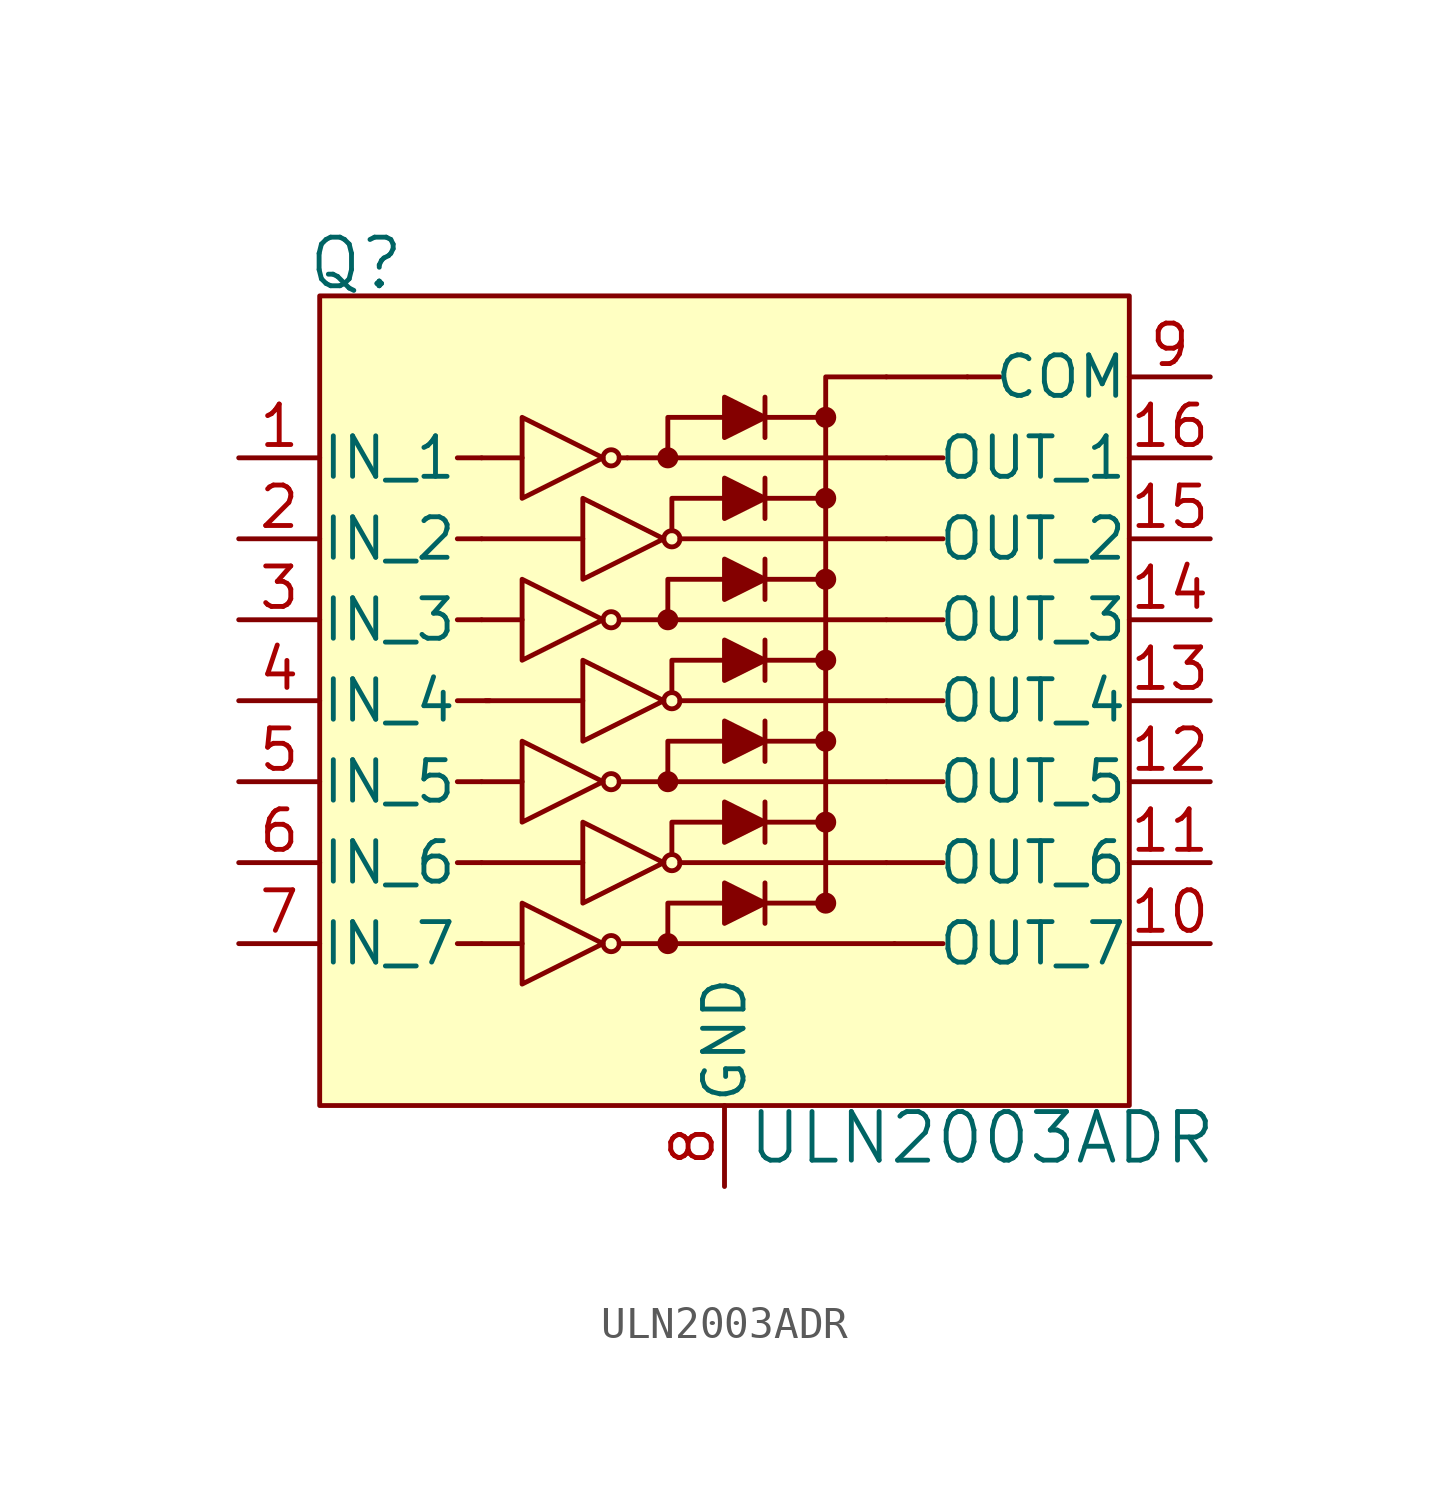
<source format=kicad_sym>
(kicad_symbol_lib
  (version 20211014)
  (generator kicad_symbol_editor)
  (symbol "ULN2003ADR"
    (pin_names
      (offset 0.025))
    (property "Reference" "Q"
      (at -11.557 13.716 0)
      (effects (font (size 1.524 1.524))))
    (property "Value" "ULN2003ADR"
      (at 0.686 -13.716 0)
      (effects (font (size 1.524 1.524)) (justify left)))
    (symbol "ULN2003ADR_0_1"
      (polyline (pts (xy -7.62 -7.62) (xy -8.382 -7.62)) (stroke (width 0) (type default) (color 0 0 0 0)) (fill (type none)))
      (polyline (pts (xy -7.62 -5.08) (xy -8.382 -5.08)) (stroke (width 0) (type default) (color 0 0 0 0)) (fill (type none)))
      (polyline (pts (xy -7.62 -2.54) (xy -8.382 -2.54)) (stroke (width 0) (type default) (color 0 0 0 0)) (fill (type none)))
      (polyline (pts (xy -7.62 2.54) (xy -8.382 2.54)) (stroke (width 0) (type default) (color 0 0 0 0)) (fill (type none)))
      (polyline (pts (xy -7.62 5.08) (xy -8.382 5.08)) (stroke (width 0) (type default) (color 0 0 0 0)) (fill (type none)))
      (polyline (pts (xy -7.62 7.62) (xy -8.382 7.62)) (stroke (width 0) (type default) (color 0 0 0 0)) (fill (type none)))
      (polyline (pts (xy -7.366 0) (xy -8.382 0)) (stroke (width 0) (type default) (color 0 0 0 0)) (fill (type none)))
      (polyline (pts (xy 5.08 -5.08) (xy 6.858 -5.08)) (stroke (width 0) (type default) (color 0 0 0 0)) (fill (type none)))
      (polyline (pts (xy 5.08 -2.54) (xy 6.858 -2.54)) (stroke (width 0) (type default) (color 0 0 0 0)) (fill (type none)))
      (polyline (pts (xy 5.08 0) (xy 6.858 0)) (stroke (width 0) (type default) (color 0 0 0 0)) (fill (type none)))
      (polyline (pts (xy 5.08 2.54) (xy 6.858 2.54)) (stroke (width 0) (type default) (color 0 0 0 0)) (fill (type none)))
      (polyline (pts (xy 5.08 5.08) (xy 6.858 5.08)) (stroke (width 0) (type default) (color 0 0 0 0)) (fill (type none)))
      (polyline (pts (xy 5.08 7.62) (xy 6.858 7.62)) (stroke (width 0) (type default) (color 0 0 0 0)) (fill (type none)))
      (polyline (pts (xy 5.08 10.16) (xy 7.62 10.16)) (stroke (width 0) (type default) (color 0 0 0 0)) (fill (type none)))
      (polyline (pts (xy 5.334 -7.62) (xy 6.858 -7.62)) (stroke (width 0) (type default) (color 0 0 0 0)) (fill (type none)))
      (polyline (pts (xy 7.62 10.16) (xy 8.636 10.16)) (stroke (width 0) (type default) (color 0 0 0 0)) (fill (type none))))
    (symbol "ULN2003ADR_1_1"
      (rectangle (start -12.7 12.7) (end 12.7 -12.7) (stroke (width 0) (type default) (color 0 0 0 0)) (fill (type background)))
      (circle (center -3.556 -7.62) (radius 0.254) (stroke (width 0) (type default) (color 0 0 0 0)) (fill (type none)))
      (circle (center -3.556 -2.54) (radius 0.254) (stroke (width 0) (type default) (color 0 0 0 0)) (fill (type none)))
      (circle (center -3.556 2.54) (radius 0.254) (stroke (width 0) (type default) (color 0 0 0 0)) (fill (type none)))
      (circle (center -3.556 7.62) (radius 0.254) (stroke (width 0) (type default) (color 0 0 0 0)) (fill (type none)))
      (circle (center -1.778 -7.62) (radius 0.254) (stroke (width 0) (type default) (color 0 0 0 0)) (fill (type outline)))
      (circle (center -1.778 -2.54) (radius 0.254) (stroke (width 0) (type default) (color 0 0 0 0)) (fill (type outline)))
      (circle (center -1.778 2.54) (radius 0.254) (stroke (width 0) (type default) (color 0 0 0 0)) (fill (type outline)))
      (circle (center -1.778 7.62) (radius 0.254) (stroke (width 0) (type default) (color 0 0 0 0)) (fill (type outline)))
      (circle (center -1.651 -5.08) (radius 0.254) (stroke (width 0) (type default) (color 0 0 0 0)) (fill (type none)))
      (circle (center -1.651 0) (radius 0.254) (stroke (width 0) (type default) (color 0 0 0 0)) (fill (type none)))
      (circle (center -1.651 5.08) (radius 0.254) (stroke (width 0) (type default) (color 0 0 0 0)) (fill (type none)))
      (polyline (pts (xy -7.62 -5.08) (xy -4.445 -5.08)) (stroke (width 0) (type default) (color 0 0 0 0)) (fill (type none)))
      (polyline (pts (xy -7.62 5.08) (xy -4.445 5.08)) (stroke (width 0) (type default) (color 0 0 0 0)) (fill (type none)))
      (polyline (pts (xy -7.493 0) (xy -4.445 0)) (stroke (width 0) (type default) (color 0 0 0 0)) (fill (type none)))
      (polyline (pts (xy -6.35 -7.62) (xy -7.62 -7.62)) (stroke (width 0) (type default) (color 0 0 0 0)) (fill (type none)))
      (polyline (pts (xy -6.35 -2.54) (xy -7.62 -2.54)) (stroke (width 0) (type default) (color 0 0 0 0)) (fill (type none)))
      (polyline (pts (xy -6.35 2.54) (xy -7.62 2.54)) (stroke (width 0) (type default) (color 0 0 0 0)) (fill (type none)))
      (polyline (pts (xy -6.35 7.62) (xy -7.62 7.62)) (stroke (width 0) (type default) (color 0 0 0 0)) (fill (type none)))
      (polyline (pts (xy -3.302 -7.62) (xy 5.334 -7.62)) (stroke (width 0) (type default) (color 0 0 0 0)) (fill (type none)))
      (polyline (pts (xy -3.302 -2.54) (xy 5.08 -2.54)) (stroke (width 0) (type default) (color 0 0 0 0)) (fill (type none)))
      (polyline (pts (xy -3.302 2.54) (xy 5.08 2.54)) (stroke (width 0) (type default) (color 0 0 0 0)) (fill (type none)))
      (polyline (pts (xy -3.302 7.62) (xy -3.048 7.62)) (stroke (width 0) (type default) (color 0 0 0 0)) (fill (type none)))
      (polyline (pts (xy -3.048 7.62) (xy 5.08 7.62)) (stroke (width 0) (type default) (color 0 0 0 0)) (fill (type none)))
      (polyline (pts (xy -1.397 -5.08) (xy 5.08 -5.08)) (stroke (width 0) (type default) (color 0 0 0 0)) (fill (type none)))
      (polyline (pts (xy -1.397 0) (xy 5.08 0)) (stroke (width 0) (type default) (color 0 0 0 0)) (fill (type none)))
      (polyline (pts (xy -1.397 5.08) (xy 5.08 5.08)) (stroke (width 0) (type default) (color 0 0 0 0)) (fill (type none)))
      (polyline (pts (xy 1.27 -5.715) (xy 1.27 -6.985)) (stroke (width 0) (type default) (color 0 0 0 0)) (fill (type none)))
      (polyline (pts (xy 1.27 -3.81) (xy 3.175 -3.81)) (stroke (width 0) (type default) (color 0 0 0 0)) (fill (type none)))
      (polyline (pts (xy 1.27 -3.175) (xy 1.27 -4.445)) (stroke (width 0) (type default) (color 0 0 0 0)) (fill (type none)))
      (polyline (pts (xy 1.27 -1.27) (xy 3.175 -1.27)) (stroke (width 0) (type default) (color 0 0 0 0)) (fill (type none)))
      (polyline (pts (xy 1.27 -0.635) (xy 1.27 -1.905)) (stroke (width 0) (type default) (color 0 0 0 0)) (fill (type none)))
      (polyline (pts (xy 1.27 1.27) (xy 3.175 1.27)) (stroke (width 0) (type default) (color 0 0 0 0)) (fill (type none)))
      (polyline (pts (xy 1.27 1.905) (xy 1.27 0.635)) (stroke (width 0) (type default) (color 0 0 0 0)) (fill (type none)))
      (polyline (pts (xy 1.27 3.81) (xy 3.175 3.81)) (stroke (width 0) (type default) (color 0 0 0 0)) (fill (type none)))
      (polyline (pts (xy 1.27 4.445) (xy 1.27 3.175)) (stroke (width 0) (type default) (color 0 0 0 0)) (fill (type none)))
      (polyline (pts (xy 1.27 6.35) (xy 3.175 6.35)) (stroke (width 0) (type default) (color 0 0 0 0)) (fill (type none)))
      (polyline (pts (xy 1.27 6.985) (xy 1.27 5.715)) (stroke (width 0) (type default) (color 0 0 0 0)) (fill (type none)))
      (polyline (pts (xy 1.27 8.89) (xy 3.175 8.89)) (stroke (width 0) (type default) (color 0 0 0 0)) (fill (type none)))
      (polyline (pts (xy 1.27 9.525) (xy 1.27 8.255)) (stroke (width 0) (type default) (color 0 0 0 0)) (fill (type none)))
      (polyline (pts (xy 3.175 -6.35) (xy 1.27 -6.35)) (stroke (width 0) (type default) (color 0 0 0 0)) (fill (type none)))
      (polyline (pts (xy -1.778 -7.62) (xy -1.778 -6.35) (xy 0 -6.35)) (stroke (width 0) (type default) (color 0 0 0 0)) (fill (type none)))
      (polyline (pts (xy -1.778 -2.54) (xy -1.778 -1.27) (xy 0 -1.27)) (stroke (width 0) (type default) (color 0 0 0 0)) (fill (type none)))
      (polyline (pts (xy -1.778 2.54) (xy -1.778 3.81) (xy 0 3.81)) (stroke (width 0) (type default) (color 0 0 0 0)) (fill (type none)))
      (polyline (pts (xy -1.651 -4.826) (xy -1.651 -3.81) (xy 0 -3.81)) (stroke (width 0) (type default) (color 0 0 0 0)) (fill (type none)))
      (polyline (pts (xy -1.651 0.254) (xy -1.651 1.27) (xy 0.127 1.27)) (stroke (width 0) (type default) (color 0 0 0 0)) (fill (type none)))
      (polyline (pts (xy -1.651 5.334) (xy -1.651 6.35) (xy 0.127 6.35)) (stroke (width 0) (type default) (color 0 0 0 0)) (fill (type none)))
      (polyline (pts (xy 0 8.89) (xy -1.778 8.89) (xy -1.778 7.62)) (stroke (width 0) (type default) (color 0 0 0 0)) (fill (type none)))
      (polyline (pts (xy 3.175 -6.35) (xy 3.175 10.16) (xy 5.08 10.16)) (stroke (width 0) (type default) (color 0 0 0 0)) (fill (type none)))
      (polyline (pts (xy -6.35 -6.35) (xy -6.35 -8.89) (xy -3.81 -7.62) (xy -6.35 -6.35)) (stroke (width 0) (type default) (color 0 0 0 0)) (fill (type none)))
      (polyline (pts (xy -6.35 -1.27) (xy -6.35 -3.81) (xy -3.81 -2.54) (xy -6.35 -1.27)) (stroke (width 0) (type default) (color 0 0 0 0)) (fill (type none)))
      (polyline (pts (xy -6.35 3.81) (xy -6.35 1.27) (xy -3.81 2.54) (xy -6.35 3.81)) (stroke (width 0) (type default) (color 0 0 0 0)) (fill (type none)))
      (polyline (pts (xy -6.35 8.89) (xy -6.35 6.35) (xy -3.81 7.62) (xy -6.35 8.89)) (stroke (width 0) (type default) (color 0 0 0 0)) (fill (type none)))
      (polyline (pts (xy -4.445 -3.81) (xy -4.445 -6.35) (xy -1.905 -5.08) (xy -4.445 -3.81)) (stroke (width 0) (type default) (color 0 0 0 0)) (fill (type none)))
      (polyline (pts (xy -4.445 1.27) (xy -4.445 -1.27) (xy -1.905 0) (xy -4.445 1.27)) (stroke (width 0) (type default) (color 0 0 0 0)) (fill (type none)))
      (polyline (pts (xy -4.445 6.35) (xy -4.445 3.81) (xy -1.905 5.08) (xy -4.445 6.35)) (stroke (width 0) (type default) (color 0 0 0 0)) (fill (type none)))
      (polyline (pts (xy 0 -5.715) (xy 0 -6.985) (xy 1.27 -6.35) (xy 0 -5.715)) (stroke (width 0) (type default) (color 0 0 0 0)) (fill (type outline)))
      (polyline (pts (xy 0 -3.175) (xy 0 -4.445) (xy 1.27 -3.81) (xy 0 -3.175)) (stroke (width 0) (type default) (color 0 0 0 0)) (fill (type outline)))
      (polyline (pts (xy 0 -0.635) (xy 0 -1.905) (xy 1.27 -1.27) (xy 0 -0.635)) (stroke (width 0) (type default) (color 0 0 0 0)) (fill (type outline)))
      (polyline (pts (xy 0 1.905) (xy 0 0.635) (xy 1.27 1.27) (xy 0 1.905)) (stroke (width 0) (type default) (color 0 0 0 0)) (fill (type outline)))
      (polyline (pts (xy 0 4.445) (xy 0 3.175) (xy 1.27 3.81) (xy 0 4.445)) (stroke (width 0) (type default) (color 0 0 0 0)) (fill (type outline)))
      (polyline (pts (xy 0 6.985) (xy 0 5.715) (xy 1.27 6.35) (xy 0 6.985)) (stroke (width 0) (type default) (color 0 0 0 0)) (fill (type outline)))
      (polyline (pts (xy 0 9.525) (xy 0 8.255) (xy 1.27 8.89) (xy 0 9.525)) (stroke (width 0) (type default) (color 0 0 0 0)) (fill (type outline)))
      (circle (center 3.175 -6.35) (radius 0.254) (stroke (width 0) (type default) (color 0 0 0 0)) (fill (type outline)))
      (circle (center 3.175 -3.81) (radius 0.254) (stroke (width 0) (type default) (color 0 0 0 0)) (fill (type outline)))
      (circle (center 3.175 -1.27) (radius 0.254) (stroke (width 0) (type default) (color 0 0 0 0)) (fill (type outline)))
      (circle (center 3.175 1.27) (radius 0.254) (stroke (width 0) (type default) (color 0 0 0 0)) (fill (type outline)))
      (circle (center 3.175 3.81) (radius 0.254) (stroke (width 0) (type default) (color 0 0 0 0)) (fill (type outline)))
      (circle (center 3.175 6.35) (radius 0.254) (stroke (width 0) (type default) (color 0 0 0 0)) (fill (type outline)))
      (circle (center 3.175 8.89) (radius 0.254) (stroke (width 0) (type default) (color 0 0 0 0)) (fill (type outline)))
      (pin input line (at -15.24 7.62 0) (length 2.54) (name "IN_1" (effects (font (size 1.27 1.27)))) (number "1" (effects (font (size 1.27 1.27)))))
      (pin output line (at 15.24 -7.62 180) (length 2.54) (name "OUT_7" (effects (font (size 1.27 1.27)))) (number "10" (effects (font (size 1.27 1.27)))))
      (pin output line (at 15.24 -5.08 180) (length 2.54) (name "OUT_6" (effects (font (size 1.27 1.27)))) (number "11" (effects (font (size 1.27 1.27)))))
      (pin output line (at 15.24 -2.54 180) (length 2.54) (name "OUT_5" (effects (font (size 1.27 1.27)))) (number "12" (effects (font (size 1.27 1.27)))))
      (pin output line (at 15.24 0 180) (length 2.54) (name "OUT_4" (effects (font (size 1.27 1.27)))) (number "13" (effects (font (size 1.27 1.27)))))
      (pin output line (at 15.24 2.54 180) (length 2.54) (name "OUT_3" (effects (font (size 1.27 1.27)))) (number "14" (effects (font (size 1.27 1.27)))))
      (pin output line (at 15.24 5.08 180) (length 2.54) (name "OUT_2" (effects (font (size 1.27 1.27)))) (number "15" (effects (font (size 1.27 1.27)))))
      (pin output line (at 15.24 7.62 180) (length 2.54) (name "OUT_1" (effects (font (size 1.27 1.27)))) (number "16" (effects (font (size 1.27 1.27)))))
      (pin input line (at -15.24 5.08 0) (length 2.54) (name "IN_2" (effects (font (size 1.27 1.27)))) (number "2" (effects (font (size 1.27 1.27)))))
      (pin input line (at -15.24 2.54 0) (length 2.54) (name "IN_3" (effects (font (size 1.27 1.27)))) (number "3" (effects (font (size 1.27 1.27)))))
      (pin input line (at -15.24 0 0) (length 2.54) (name "IN_4" (effects (font (size 1.27 1.27)))) (number "4" (effects (font (size 1.27 1.27)))))
      (pin input line (at -15.24 -2.54 0) (length 2.54) (name "IN_5" (effects (font (size 1.27 1.27)))) (number "5" (effects (font (size 1.27 1.27)))))
      (pin input line (at -15.24 -5.08 0) (length 2.54) (name "IN_6" (effects (font (size 1.27 1.27)))) (number "6" (effects (font (size 1.27 1.27)))))
      (pin input line (at -15.24 -7.62 0) (length 2.54) (name "IN_7" (effects (font (size 1.27 1.27)))) (number "7" (effects (font (size 1.27 1.27)))))
      (pin power_in line (at 0 -15.24 90) (length 2.54) (name "GND" (effects (font (size 1.27 1.27)))) (number "8" (effects (font (size 1.27 1.27)))))
      (pin output line (at 15.24 10.16 180) (length 2.54) (name "COM" (effects (font (size 1.27 1.27)))) (number "9" (effects (font (size 1.27 1.27))))))))
</source>
